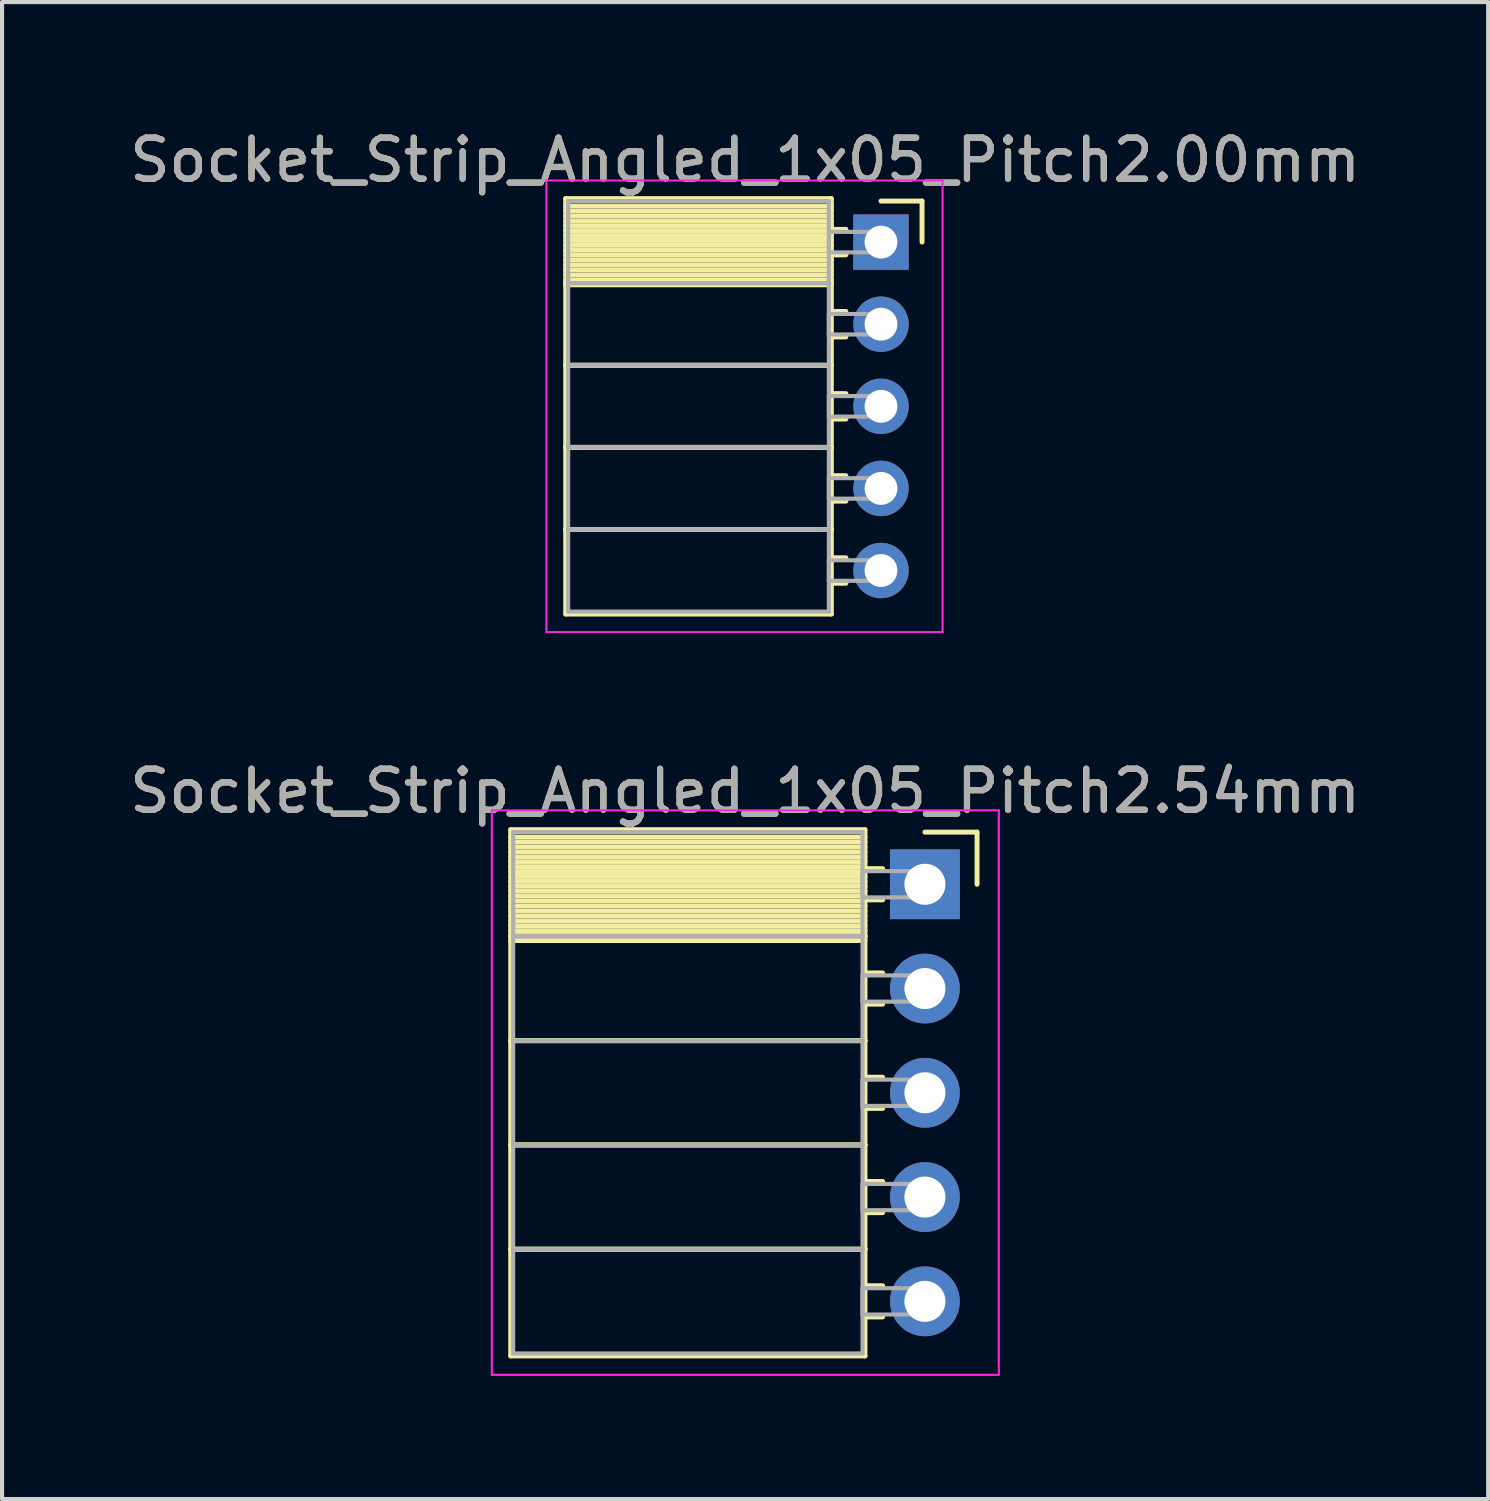
<source format=kicad_pcb>
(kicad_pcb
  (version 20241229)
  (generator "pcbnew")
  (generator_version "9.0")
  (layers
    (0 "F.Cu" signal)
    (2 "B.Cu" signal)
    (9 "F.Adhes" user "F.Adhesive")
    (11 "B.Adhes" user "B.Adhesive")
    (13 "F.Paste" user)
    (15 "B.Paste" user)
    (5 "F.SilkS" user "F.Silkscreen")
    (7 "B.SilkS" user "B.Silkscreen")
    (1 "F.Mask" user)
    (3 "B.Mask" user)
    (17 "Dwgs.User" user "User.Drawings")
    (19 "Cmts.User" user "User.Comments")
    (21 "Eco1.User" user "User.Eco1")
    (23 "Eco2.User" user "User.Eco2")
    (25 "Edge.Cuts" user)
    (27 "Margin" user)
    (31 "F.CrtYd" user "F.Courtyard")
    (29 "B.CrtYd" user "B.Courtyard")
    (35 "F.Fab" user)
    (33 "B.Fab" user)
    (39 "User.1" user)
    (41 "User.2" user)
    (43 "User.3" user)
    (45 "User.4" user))
  (footprint "Socket_Strip_Angled_1x05_Pitch2.00mm"
    (layer "F.Cu")
    (at 18.411 2.848)
    (property "Reference" "Socket_Strip_Angled_1x05_Pitch2.00mm" (at -3.31 -2 0) (layer "F.SilkS") (effects (font (size 1 1) (thickness 0.15))))
    (attr through_hole)
    (fp_line (start -7.68 -1.06) (end -1.21 -1.06) (stroke (width 0.12) (type solid)) (layer "F.SilkS"))
    (fp_line (start -7.68 1) (end -7.68 -1.06) (stroke (width 0.12) (type solid)) (layer "F.SilkS"))
    (fp_line (start -7.68 1) (end -1.21 1) (stroke (width 0.12) (type solid)) (layer "F.SilkS"))
    (fp_line (start -7.68 3) (end -7.68 1) (stroke (width 0.12) (type solid)) (layer "F.SilkS"))
    (fp_line (start -7.68 3) (end -1.21 3) (stroke (width 0.12) (type solid)) (layer "F.SilkS"))
    (fp_line (start -7.68 5) (end -7.68 3) (stroke (width 0.12) (type solid)) (layer "F.SilkS"))
    (fp_line (start -7.68 5) (end -1.21 5) (stroke (width 0.12) (type solid)) (layer "F.SilkS"))
    (fp_line (start -7.68 7) (end -7.68 5) (stroke (width 0.12) (type solid)) (layer "F.SilkS"))
    (fp_line (start -7.68 7) (end -1.21 7) (stroke (width 0.12) (type solid)) (layer "F.SilkS"))
    (fp_line (start -7.68 9.06) (end -7.68 7) (stroke (width 0.12) (type solid)) (layer "F.SilkS"))
    (fp_line (start -1.21 -1.06) (end -1.21 1) (stroke (width 0.12) (type solid)) (layer "F.SilkS"))
    (fp_line (start -1.21 -0.88) (end -7.68 -0.88) (stroke (width 0.12) (type solid)) (layer "F.SilkS"))
    (fp_line (start -1.21 -0.76) (end -7.68 -0.76) (stroke (width 0.12) (type solid)) (layer "F.SilkS"))
    (fp_line (start -1.21 -0.64) (end -7.68 -0.64) (stroke (width 0.12) (type solid)) (layer "F.SilkS"))
    (fp_line (start -1.21 -0.52) (end -7.68 -0.52) (stroke (width 0.12) (type solid)) (layer "F.SilkS"))
    (fp_line (start -1.21 -0.4) (end -7.68 -0.4) (stroke (width 0.12) (type solid)) (layer "F.SilkS"))
    (fp_line (start -1.21 -0.28) (end -7.68 -0.28) (stroke (width 0.12) (type solid)) (layer "F.SilkS"))
    (fp_line (start -1.21 -0.16) (end -7.68 -0.16) (stroke (width 0.12) (type solid)) (layer "F.SilkS"))
    (fp_line (start -1.21 -0.04) (end -7.68 -0.04) (stroke (width 0.12) (type solid)) (layer "F.SilkS"))
    (fp_line (start -1.21 0.08) (end -7.68 0.08) (stroke (width 0.12) (type solid)) (layer "F.SilkS"))
    (fp_line (start -1.21 0.2) (end -7.68 0.2) (stroke (width 0.12) (type solid)) (layer "F.SilkS"))
    (fp_line (start -1.21 0.32) (end -7.68 0.32) (stroke (width 0.12) (type solid)) (layer "F.SilkS"))
    (fp_line (start -1.21 0.44) (end -7.68 0.44) (stroke (width 0.12) (type solid)) (layer "F.SilkS"))
    (fp_line (start -1.21 0.56) (end -7.68 0.56) (stroke (width 0.12) (type solid)) (layer "F.SilkS"))
    (fp_line (start -1.21 0.68) (end -7.68 0.68) (stroke (width 0.12) (type solid)) (layer "F.SilkS"))
    (fp_line (start -1.21 0.8) (end -7.68 0.8) (stroke (width 0.12) (type solid)) (layer "F.SilkS"))
    (fp_line (start -1.21 0.92) (end -7.68 0.92) (stroke (width 0.12) (type solid)) (layer "F.SilkS"))
    (fp_line (start -1.21 1) (end -7.68 1) (stroke (width 0.12) (type solid)) (layer "F.SilkS"))
    (fp_line (start -1.21 1) (end -1.21 3) (stroke (width 0.12) (type solid)) (layer "F.SilkS"))
    (fp_line (start -1.21 1.04) (end -7.68 1.04) (stroke (width 0.12) (type solid)) (layer "F.SilkS"))
    (fp_line (start -1.21 3) (end -7.68 3) (stroke (width 0.12) (type solid)) (layer "F.SilkS"))
    (fp_line (start -1.21 3) (end -1.21 5) (stroke (width 0.12) (type solid)) (layer "F.SilkS"))
    (fp_line (start -1.21 5) (end -7.68 5) (stroke (width 0.12) (type solid)) (layer "F.SilkS"))
    (fp_line (start -1.21 5) (end -1.21 7) (stroke (width 0.12) (type solid)) (layer "F.SilkS"))
    (fp_line (start -1.21 7) (end -7.68 7) (stroke (width 0.12) (type solid)) (layer "F.SilkS"))
    (fp_line (start -1.21 7) (end -1.21 9.06) (stroke (width 0.12) (type solid)) (layer "F.SilkS"))
    (fp_line (start -1.21 9.06) (end -7.68 9.06) (stroke (width 0.12) (type solid)) (layer "F.SilkS"))
    (fp_line (start -0.855 -0.31) (end -1.21 -0.31) (stroke (width 0.12) (type solid)) (layer "F.SilkS"))
    (fp_line (start -0.855 0.31) (end -1.21 0.31) (stroke (width 0.12) (type solid)) (layer "F.SilkS"))
    (fp_line (start -0.855 1.69) (end -1.21 1.69) (stroke (width 0.12) (type solid)) (layer "F.SilkS"))
    (fp_line (start -0.855 2.31) (end -1.21 2.31) (stroke (width 0.12) (type solid)) (layer "F.SilkS"))
    (fp_line (start -0.855 3.69) (end -1.21 3.69) (stroke (width 0.12) (type solid)) (layer "F.SilkS"))
    (fp_line (start -0.855 4.31) (end -1.21 4.31) (stroke (width 0.12) (type solid)) (layer "F.SilkS"))
    (fp_line (start -0.855 5.69) (end -1.21 5.69) (stroke (width 0.12) (type solid)) (layer "F.SilkS"))
    (fp_line (start -0.855 6.31) (end -1.21 6.31) (stroke (width 0.12) (type solid)) (layer "F.SilkS"))
    (fp_line (start -0.855 7.69) (end -1.21 7.69) (stroke (width 0.12) (type solid)) (layer "F.SilkS"))
    (fp_line (start -0.855 8.31) (end -1.21 8.31) (stroke (width 0.12) (type solid)) (layer "F.SilkS"))
    (fp_line (start 0 -1) (end 1 -1) (stroke (width 0.12) (type solid)) (layer "F.SilkS"))
    (fp_line (start 1 -1) (end 1 0) (stroke (width 0.12) (type solid)) (layer "F.SilkS"))
    (fp_line (start -8.15 -1.5) (end 1.5 -1.5) (stroke (width 0.05) (type solid)) (layer "F.CrtYd"))
    (fp_line (start -8.15 9.5) (end -8.15 -1.5) (stroke (width 0.05) (type solid)) (layer "F.CrtYd"))
    (fp_line (start 1.5 -1.5) (end 1.5 9.5) (stroke (width 0.05) (type solid)) (layer "F.CrtYd"))
    (fp_line (start 1.5 9.5) (end -8.15 9.5) (stroke (width 0.05) (type solid)) (layer "F.CrtYd"))
    (fp_line (start -7.62 -1) (end -1.27 -1) (stroke (width 0.1) (type solid)) (layer "F.Fab"))
    (fp_line (start -7.62 1) (end -7.62 -1) (stroke (width 0.1) (type solid)) (layer "F.Fab"))
    (fp_line (start -7.62 1) (end -1.27 1) (stroke (width 0.1) (type solid)) (layer "F.Fab"))
    (fp_line (start -7.62 3) (end -7.62 1) (stroke (width 0.1) (type solid)) (layer "F.Fab"))
    (fp_line (start -7.62 3) (end -1.27 3) (stroke (width 0.1) (type solid)) (layer "F.Fab"))
    (fp_line (start -7.62 5) (end -7.62 3) (stroke (width 0.1) (type solid)) (layer "F.Fab"))
    (fp_line (start -7.62 5) (end -1.27 5) (stroke (width 0.1) (type solid)) (layer "F.Fab"))
    (fp_line (start -7.62 7) (end -7.62 5) (stroke (width 0.1) (type solid)) (layer "F.Fab"))
    (fp_line (start -7.62 7) (end -1.27 7) (stroke (width 0.1) (type solid)) (layer "F.Fab"))
    (fp_line (start -7.62 9) (end -7.62 7) (stroke (width 0.1) (type solid)) (layer "F.Fab"))
    (fp_line (start -1.27 -1) (end -1.27 1) (stroke (width 0.1) (type solid)) (layer "F.Fab"))
    (fp_line (start -1.27 -0.25) (end 0 -0.25) (stroke (width 0.1) (type solid)) (layer "F.Fab"))
    (fp_line (start -1.27 0.25) (end -1.27 -0.25) (stroke (width 0.1) (type solid)) (layer "F.Fab"))
    (fp_line (start -1.27 1) (end -7.62 1) (stroke (width 0.1) (type solid)) (layer "F.Fab"))
    (fp_line (start -1.27 1) (end -1.27 3) (stroke (width 0.1) (type solid)) (layer "F.Fab"))
    (fp_line (start -1.27 1.75) (end 0 1.75) (stroke (width 0.1) (type solid)) (layer "F.Fab"))
    (fp_line (start -1.27 2.25) (end -1.27 1.75) (stroke (width 0.1) (type solid)) (layer "F.Fab"))
    (fp_line (start -1.27 3) (end -7.62 3) (stroke (width 0.1) (type solid)) (layer "F.Fab"))
    (fp_line (start -1.27 3) (end -1.27 5) (stroke (width 0.1) (type solid)) (layer "F.Fab"))
    (fp_line (start -1.27 3.75) (end 0 3.75) (stroke (width 0.1) (type solid)) (layer "F.Fab"))
    (fp_line (start -1.27 4.25) (end -1.27 3.75) (stroke (width 0.1) (type solid)) (layer "F.Fab"))
    (fp_line (start -1.27 5) (end -7.62 5) (stroke (width 0.1) (type solid)) (layer "F.Fab"))
    (fp_line (start -1.27 5) (end -1.27 7) (stroke (width 0.1) (type solid)) (layer "F.Fab"))
    (fp_line (start -1.27 5.75) (end 0 5.75) (stroke (width 0.1) (type solid)) (layer "F.Fab"))
    (fp_line (start -1.27 6.25) (end -1.27 5.75) (stroke (width 0.1) (type solid)) (layer "F.Fab"))
    (fp_line (start -1.27 7) (end -7.62 7) (stroke (width 0.1) (type solid)) (layer "F.Fab"))
    (fp_line (start -1.27 7) (end -1.27 9) (stroke (width 0.1) (type solid)) (layer "F.Fab"))
    (fp_line (start -1.27 7.75) (end 0 7.75) (stroke (width 0.1) (type solid)) (layer "F.Fab"))
    (fp_line (start -1.27 8.25) (end -1.27 7.75) (stroke (width 0.1) (type solid)) (layer "F.Fab"))
    (fp_line (start -1.27 9) (end -7.62 9) (stroke (width 0.1) (type solid)) (layer "F.Fab"))
    (fp_line (start 0 -0.25) (end 0 0.25) (stroke (width 0.1) (type solid)) (layer "F.Fab"))
    (fp_line (start 0 0.25) (end -1.27 0.25) (stroke (width 0.1) (type solid)) (layer "F.Fab"))
    (fp_line (start 0 1.75) (end 0 2.25) (stroke (width 0.1) (type solid)) (layer "F.Fab"))
    (fp_line (start 0 2.25) (end -1.27 2.25) (stroke (width 0.1) (type solid)) (layer "F.Fab"))
    (fp_line (start 0 3.75) (end 0 4.25) (stroke (width 0.1) (type solid)) (layer "F.Fab"))
    (fp_line (start 0 4.25) (end -1.27 4.25) (stroke (width 0.1) (type solid)) (layer "F.Fab"))
    (fp_line (start 0 5.75) (end 0 6.25) (stroke (width 0.1) (type solid)) (layer "F.Fab"))
    (fp_line (start 0 6.25) (end -1.27 6.25) (stroke (width 0.1) (type solid)) (layer "F.Fab"))
    (fp_line (start 0 7.75) (end 0 8.25) (stroke (width 0.1) (type solid)) (layer "F.Fab"))
    (fp_line (start 0 8.25) (end -1.27 8.25) (stroke (width 0.1) (type solid)) (layer "F.Fab"))
    (fp_text user "${REFERENCE}" (at -3.31 -2 0) (layer "F.Fab") (effects (font (size 1 1) (thickness 0.15))))
    (pad "1" thru_hole rect (at 0 0) (size 1.35 1.35) (drill 0.8) (layers "*.Cu" "*.Mask"))
    (pad "2" thru_hole oval (at 0 2) (size 1.35 1.35) (drill 0.8) (layers "*.Cu" "*.Mask"))
    (pad "3" thru_hole oval (at 0 4) (size 1.35 1.35) (drill 0.8) (layers "*.Cu" "*.Mask"))
    (pad "4" thru_hole oval (at 0 6) (size 1.35 1.35) (drill 0.8) (layers "*.Cu" "*.Mask"))
    (pad "5" thru_hole oval (at 0 8) (size 1.35 1.35) (drill 0.8) (layers "*.Cu" "*.Mask")))
  (footprint "Socket_Strip_Angled_1x05_Pitch2.54mm"
    (layer "F.Cu")
    (at 19.481 18.491)
    (property "Reference" "Socket_Strip_Angled_1x05_Pitch2.54mm" (at -4.38 -2.27 0) (layer "F.SilkS") (effects (font (size 1 1) (thickness 0.15))))
    (attr through_hole)
    (fp_line (start -10.09 -1.33) (end -1.46 -1.33) (stroke (width 0.12) (type solid)) (layer "F.SilkS"))
    (fp_line (start -10.09 1.27) (end -10.09 -1.33) (stroke (width 0.12) (type solid)) (layer "F.SilkS"))
    (fp_line (start -10.09 1.27) (end -1.46 1.27) (stroke (width 0.12) (type solid)) (layer "F.SilkS"))
    (fp_line (start -10.09 3.81) (end -10.09 1.27) (stroke (width 0.12) (type solid)) (layer "F.SilkS"))
    (fp_line (start -10.09 3.81) (end -1.46 3.81) (stroke (width 0.12) (type solid)) (layer "F.SilkS"))
    (fp_line (start -10.09 6.35) (end -10.09 3.81) (stroke (width 0.12) (type solid)) (layer "F.SilkS"))
    (fp_line (start -10.09 6.35) (end -1.46 6.35) (stroke (width 0.12) (type solid)) (layer "F.SilkS"))
    (fp_line (start -10.09 8.89) (end -10.09 6.35) (stroke (width 0.12) (type solid)) (layer "F.SilkS"))
    (fp_line (start -10.09 8.89) (end -1.46 8.89) (stroke (width 0.12) (type solid)) (layer "F.SilkS"))
    (fp_line (start -10.09 11.49) (end -10.09 8.89) (stroke (width 0.12) (type solid)) (layer "F.SilkS"))
    (fp_line (start -1.46 -1.33) (end -1.46 1.27) (stroke (width 0.12) (type solid)) (layer "F.SilkS"))
    (fp_line (start -1.46 -1.15) (end -10.09 -1.15) (stroke (width 0.12) (type solid)) (layer "F.SilkS"))
    (fp_line (start -1.46 -1.03) (end -10.09 -1.03) (stroke (width 0.12) (type solid)) (layer "F.SilkS"))
    (fp_line (start -1.46 -0.91) (end -10.09 -0.91) (stroke (width 0.12) (type solid)) (layer "F.SilkS"))
    (fp_line (start -1.46 -0.79) (end -10.09 -0.79) (stroke (width 0.12) (type solid)) (layer "F.SilkS"))
    (fp_line (start -1.46 -0.67) (end -10.09 -0.67) (stroke (width 0.12) (type solid)) (layer "F.SilkS"))
    (fp_line (start -1.46 -0.55) (end -10.09 -0.55) (stroke (width 0.12) (type solid)) (layer "F.SilkS"))
    (fp_line (start -1.46 -0.43) (end -10.09 -0.43) (stroke (width 0.12) (type solid)) (layer "F.SilkS"))
    (fp_line (start -1.46 -0.31) (end -10.09 -0.31) (stroke (width 0.12) (type solid)) (layer "F.SilkS"))
    (fp_line (start -1.46 -0.19) (end -10.09 -0.19) (stroke (width 0.12) (type solid)) (layer "F.SilkS"))
    (fp_line (start -1.46 -0.07) (end -10.09 -0.07) (stroke (width 0.12) (type solid)) (layer "F.SilkS"))
    (fp_line (start -1.46 0.05) (end -10.09 0.05) (stroke (width 0.12) (type solid)) (layer "F.SilkS"))
    (fp_line (start -1.46 0.17) (end -10.09 0.17) (stroke (width 0.12) (type solid)) (layer "F.SilkS"))
    (fp_line (start -1.46 0.29) (end -10.09 0.29) (stroke (width 0.12) (type solid)) (layer "F.SilkS"))
    (fp_line (start -1.46 0.41) (end -10.09 0.41) (stroke (width 0.12) (type solid)) (layer "F.SilkS"))
    (fp_line (start -1.46 0.53) (end -10.09 0.53) (stroke (width 0.12) (type solid)) (layer "F.SilkS"))
    (fp_line (start -1.46 0.65) (end -10.09 0.65) (stroke (width 0.12) (type solid)) (layer "F.SilkS"))
    (fp_line (start -1.46 0.77) (end -10.09 0.77) (stroke (width 0.12) (type solid)) (layer "F.SilkS"))
    (fp_line (start -1.46 0.89) (end -10.09 0.89) (stroke (width 0.12) (type solid)) (layer "F.SilkS"))
    (fp_line (start -1.46 1.01) (end -10.09 1.01) (stroke (width 0.12) (type solid)) (layer "F.SilkS"))
    (fp_line (start -1.46 1.13) (end -10.09 1.13) (stroke (width 0.12) (type solid)) (layer "F.SilkS"))
    (fp_line (start -1.46 1.25) (end -10.09 1.25) (stroke (width 0.12) (type solid)) (layer "F.SilkS"))
    (fp_line (start -1.46 1.27) (end -10.09 1.27) (stroke (width 0.12) (type solid)) (layer "F.SilkS"))
    (fp_line (start -1.46 1.27) (end -1.46 3.81) (stroke (width 0.12) (type solid)) (layer "F.SilkS"))
    (fp_line (start -1.46 1.37) (end -10.09 1.37) (stroke (width 0.12) (type solid)) (layer "F.SilkS"))
    (fp_line (start -1.46 3.81) (end -10.09 3.81) (stroke (width 0.12) (type solid)) (layer "F.SilkS"))
    (fp_line (start -1.46 3.81) (end -1.46 6.35) (stroke (width 0.12) (type solid)) (layer "F.SilkS"))
    (fp_line (start -1.46 6.35) (end -10.09 6.35) (stroke (width 0.12) (type solid)) (layer "F.SilkS"))
    (fp_line (start -1.46 6.35) (end -1.46 8.89) (stroke (width 0.12) (type solid)) (layer "F.SilkS"))
    (fp_line (start -1.46 8.89) (end -10.09 8.89) (stroke (width 0.12) (type solid)) (layer "F.SilkS"))
    (fp_line (start -1.46 8.89) (end -1.46 11.49) (stroke (width 0.12) (type solid)) (layer "F.SilkS"))
    (fp_line (start -1.46 11.49) (end -10.09 11.49) (stroke (width 0.12) (type solid)) (layer "F.SilkS"))
    (fp_line (start -1.03 -0.38) (end -1.46 -0.38) (stroke (width 0.12) (type solid)) (layer "F.SilkS"))
    (fp_line (start -1.03 0.38) (end -1.46 0.38) (stroke (width 0.12) (type solid)) (layer "F.SilkS"))
    (fp_line (start -1.03 2.16) (end -1.46 2.16) (stroke (width 0.12) (type solid)) (layer "F.SilkS"))
    (fp_line (start -1.03 2.92) (end -1.46 2.92) (stroke (width 0.12) (type solid)) (layer "F.SilkS"))
    (fp_line (start -1.03 4.7) (end -1.46 4.7) (stroke (width 0.12) (type solid)) (layer "F.SilkS"))
    (fp_line (start -1.03 5.46) (end -1.46 5.46) (stroke (width 0.12) (type solid)) (layer "F.SilkS"))
    (fp_line (start -1.03 7.24) (end -1.46 7.24) (stroke (width 0.12) (type solid)) (layer "F.SilkS"))
    (fp_line (start -1.03 8) (end -1.46 8) (stroke (width 0.12) (type solid)) (layer "F.SilkS"))
    (fp_line (start -1.03 9.78) (end -1.46 9.78) (stroke (width 0.12) (type solid)) (layer "F.SilkS"))
    (fp_line (start -1.03 10.54) (end -1.46 10.54) (stroke (width 0.12) (type solid)) (layer "F.SilkS"))
    (fp_line (start 0 -1.27) (end 1.27 -1.27) (stroke (width 0.12) (type solid)) (layer "F.SilkS"))
    (fp_line (start 1.27 -1.27) (end 1.27 0) (stroke (width 0.12) (type solid)) (layer "F.SilkS"))
    (fp_line (start -10.55 -1.8) (end 1.8 -1.8) (stroke (width 0.05) (type solid)) (layer "F.CrtYd"))
    (fp_line (start -10.55 11.95) (end -10.55 -1.8) (stroke (width 0.05) (type solid)) (layer "F.CrtYd"))
    (fp_line (start 1.8 -1.8) (end 1.8 11.95) (stroke (width 0.05) (type solid)) (layer "F.CrtYd"))
    (fp_line (start 1.8 11.95) (end -10.55 11.95) (stroke (width 0.05) (type solid)) (layer "F.CrtYd"))
    (fp_line (start -10.03 -1.27) (end -1.52 -1.27) (stroke (width 0.1) (type solid)) (layer "F.Fab"))
    (fp_line (start -10.03 1.27) (end -10.03 -1.27) (stroke (width 0.1) (type solid)) (layer "F.Fab"))
    (fp_line (start -10.03 1.27) (end -1.52 1.27) (stroke (width 0.1) (type solid)) (layer "F.Fab"))
    (fp_line (start -10.03 3.81) (end -10.03 1.27) (stroke (width 0.1) (type solid)) (layer "F.Fab"))
    (fp_line (start -10.03 3.81) (end -1.52 3.81) (stroke (width 0.1) (type solid)) (layer "F.Fab"))
    (fp_line (start -10.03 6.35) (end -10.03 3.81) (stroke (width 0.1) (type solid)) (layer "F.Fab"))
    (fp_line (start -10.03 6.35) (end -1.52 6.35) (stroke (width 0.1) (type solid)) (layer "F.Fab"))
    (fp_line (start -10.03 8.89) (end -10.03 6.35) (stroke (width 0.1) (type solid)) (layer "F.Fab"))
    (fp_line (start -10.03 8.89) (end -1.52 8.89) (stroke (width 0.1) (type solid)) (layer "F.Fab"))
    (fp_line (start -10.03 11.43) (end -10.03 8.89) (stroke (width 0.1) (type solid)) (layer "F.Fab"))
    (fp_line (start -1.52 -1.27) (end -1.52 1.27) (stroke (width 0.1) (type solid)) (layer "F.Fab"))
    (fp_line (start -1.52 -0.32) (end 0 -0.32) (stroke (width 0.1) (type solid)) (layer "F.Fab"))
    (fp_line (start -1.52 0.32) (end -1.52 -0.32) (stroke (width 0.1) (type solid)) (layer "F.Fab"))
    (fp_line (start -1.52 1.27) (end -10.03 1.27) (stroke (width 0.1) (type solid)) (layer "F.Fab"))
    (fp_line (start -1.52 1.27) (end -1.52 3.81) (stroke (width 0.1) (type solid)) (layer "F.Fab"))
    (fp_line (start -1.52 2.22) (end 0 2.22) (stroke (width 0.1) (type solid)) (layer "F.Fab"))
    (fp_line (start -1.52 2.86) (end -1.52 2.22) (stroke (width 0.1) (type solid)) (layer "F.Fab"))
    (fp_line (start -1.52 3.81) (end -10.03 3.81) (stroke (width 0.1) (type solid)) (layer "F.Fab"))
    (fp_line (start -1.52 3.81) (end -1.52 6.35) (stroke (width 0.1) (type solid)) (layer "F.Fab"))
    (fp_line (start -1.52 4.76) (end 0 4.76) (stroke (width 0.1) (type solid)) (layer "F.Fab"))
    (fp_line (start -1.52 5.4) (end -1.52 4.76) (stroke (width 0.1) (type solid)) (layer "F.Fab"))
    (fp_line (start -1.52 6.35) (end -10.03 6.35) (stroke (width 0.1) (type solid)) (layer "F.Fab"))
    (fp_line (start -1.52 6.35) (end -1.52 8.89) (stroke (width 0.1) (type solid)) (layer "F.Fab"))
    (fp_line (start -1.52 7.3) (end 0 7.3) (stroke (width 0.1) (type solid)) (layer "F.Fab"))
    (fp_line (start -1.52 7.94) (end -1.52 7.3) (stroke (width 0.1) (type solid)) (layer "F.Fab"))
    (fp_line (start -1.52 8.89) (end -10.03 8.89) (stroke (width 0.1) (type solid)) (layer "F.Fab"))
    (fp_line (start -1.52 8.89) (end -1.52 11.43) (stroke (width 0.1) (type solid)) (layer "F.Fab"))
    (fp_line (start -1.52 9.84) (end 0 9.84) (stroke (width 0.1) (type solid)) (layer "F.Fab"))
    (fp_line (start -1.52 10.48) (end -1.52 9.84) (stroke (width 0.1) (type solid)) (layer "F.Fab"))
    (fp_line (start -1.52 11.43) (end -10.03 11.43) (stroke (width 0.1) (type solid)) (layer "F.Fab"))
    (fp_line (start 0 -0.32) (end 0 0.32) (stroke (width 0.1) (type solid)) (layer "F.Fab"))
    (fp_line (start 0 0.32) (end -1.52 0.32) (stroke (width 0.1) (type solid)) (layer "F.Fab"))
    (fp_line (start 0 2.22) (end 0 2.86) (stroke (width 0.1) (type solid)) (layer "F.Fab"))
    (fp_line (start 0 2.86) (end -1.52 2.86) (stroke (width 0.1) (type solid)) (layer "F.Fab"))
    (fp_line (start 0 4.76) (end 0 5.4) (stroke (width 0.1) (type solid)) (layer "F.Fab"))
    (fp_line (start 0 5.4) (end -1.52 5.4) (stroke (width 0.1) (type solid)) (layer "F.Fab"))
    (fp_line (start 0 7.3) (end 0 7.94) (stroke (width 0.1) (type solid)) (layer "F.Fab"))
    (fp_line (start 0 7.94) (end -1.52 7.94) (stroke (width 0.1) (type solid)) (layer "F.Fab"))
    (fp_line (start 0 9.84) (end 0 10.48) (stroke (width 0.1) (type solid)) (layer "F.Fab"))
    (fp_line (start 0 10.48) (end -1.52 10.48) (stroke (width 0.1) (type solid)) (layer "F.Fab"))
    (fp_text user "${REFERENCE}" (at -4.38 -2.27 0) (layer "F.Fab") (effects (font (size 1 1) (thickness 0.15))))
    (pad "1" thru_hole rect (at 0 0) (size 1.7 1.7) (drill 1) (layers "*.Cu" "*.Mask"))
    (pad "2" thru_hole oval (at 0 2.54) (size 1.7 1.7) (drill 1) (layers "*.Cu" "*.Mask"))
    (pad "3" thru_hole oval (at 0 5.08) (size 1.7 1.7) (drill 1) (layers "*.Cu" "*.Mask"))
    (pad "4" thru_hole oval (at 0 7.62) (size 1.7 1.7) (drill 1) (layers "*.Cu" "*.Mask"))
    (pad "5" thru_hole oval (at 0 10.16) (size 1.7 1.7) (drill 1) (layers "*.Cu" "*.Mask")))
  (gr_rect
    (start -3 -3)
    (end 33.202 33.467)
    (stroke (width 0.1) (type default))
    (fill no)
    (layer "Edge.Cuts")))
</source>
